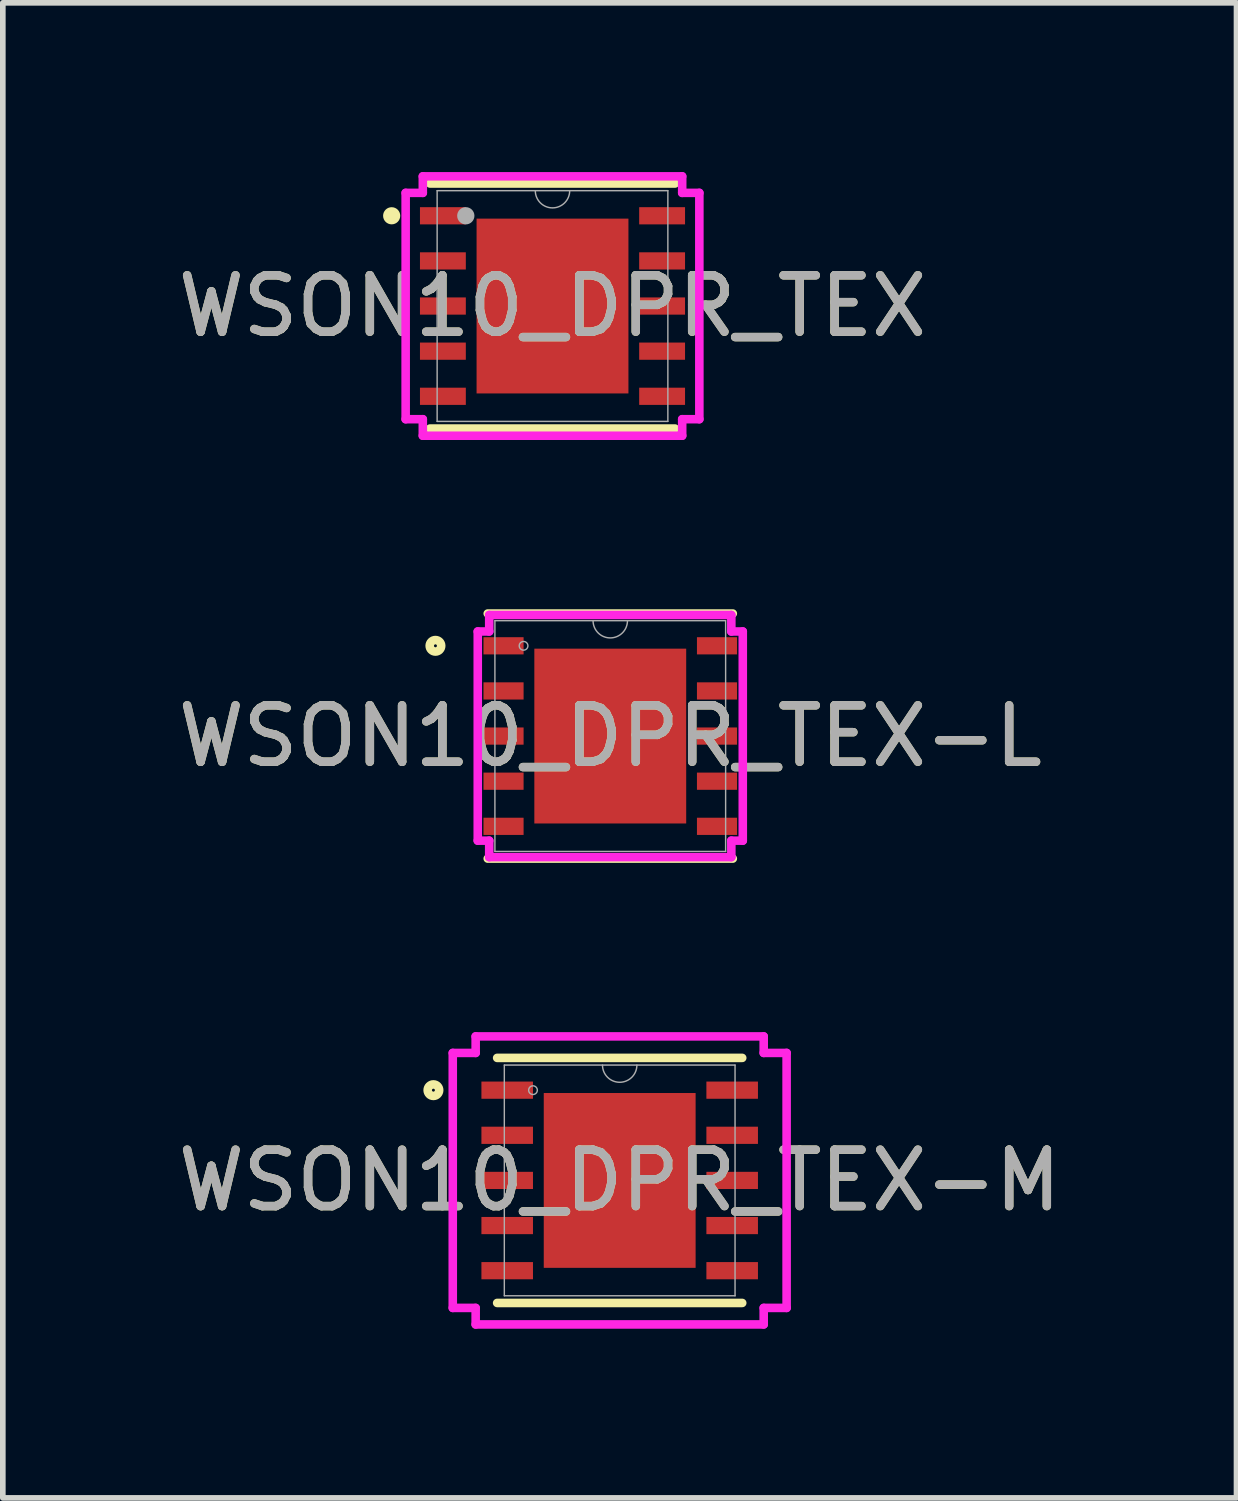
<source format=kicad_pcb>
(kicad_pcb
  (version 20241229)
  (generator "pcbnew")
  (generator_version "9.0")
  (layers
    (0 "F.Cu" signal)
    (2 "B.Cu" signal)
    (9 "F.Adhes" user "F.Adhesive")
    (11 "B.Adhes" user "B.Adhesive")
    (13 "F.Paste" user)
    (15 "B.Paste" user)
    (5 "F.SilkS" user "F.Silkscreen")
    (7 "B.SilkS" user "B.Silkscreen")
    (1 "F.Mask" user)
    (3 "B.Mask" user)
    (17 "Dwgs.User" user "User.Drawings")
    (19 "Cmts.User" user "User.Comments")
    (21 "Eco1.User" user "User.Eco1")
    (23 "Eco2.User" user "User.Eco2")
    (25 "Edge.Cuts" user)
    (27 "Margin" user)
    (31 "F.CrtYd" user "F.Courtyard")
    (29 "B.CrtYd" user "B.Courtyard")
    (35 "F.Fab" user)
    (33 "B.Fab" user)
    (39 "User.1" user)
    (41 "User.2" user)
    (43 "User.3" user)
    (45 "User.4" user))
  (footprint "WSON10_DPR_TEX-L"
    (layer "F.Cu")
    (at 7.768 9.998)
    (property "Reference" "WSON10_DPR_TEX-L" (at 0 0 0) (unlocked yes) (layer "F.SilkS") (effects (font (size 1 1) (thickness 0.15))))
    (attr smd)
    (fp_line (start -2.172 2.172) (end 2.172 2.172) (stroke (width 0.152) (type solid)) (layer "F.SilkS"))
    (fp_line (start 2.172 -2.172) (end -2.172 -2.172) (stroke (width 0.152) (type solid)) (layer "F.SilkS"))
    (fp_circle (center -3.099 -1.6) (end -2.997 -1.6) (stroke (width 0.152) (type solid)) (fill no) (layer "F.SilkS"))
    (fp_poly (pts (xy -1.246 -1.449) (xy -1.246 -0.1) (xy -0.1 -0.1) (xy -0.1 -1.449)) (stroke (width 0) (type solid)) (fill yes) (layer "F.Paste"))
    (fp_poly (pts (xy -1.246 0.1) (xy -1.246 1.449) (xy -0.1 1.449) (xy -0.1 0.1)) (stroke (width 0) (type solid)) (fill yes) (layer "F.Paste"))
    (fp_poly (pts (xy 0.1 -1.449) (xy 0.1 -0.1) (xy 1.246 -0.1) (xy 1.246 -1.449)) (stroke (width 0) (type solid)) (fill yes) (layer "F.Paste"))
    (fp_poly (pts (xy 0.1 0.1) (xy 0.1 1.449) (xy 1.246 1.449) (xy 1.246 0.1)) (stroke (width 0) (type solid)) (fill yes) (layer "F.Paste"))
    (fp_line (start -2.349 -1.854) (end -2.146 -1.854) (stroke (width 0.152) (type solid)) (layer "F.CrtYd"))
    (fp_line (start -2.349 1.854) (end -2.349 -1.854) (stroke (width 0.152) (type solid)) (layer "F.CrtYd"))
    (fp_line (start -2.349 1.854) (end -2.146 1.854) (stroke (width 0.152) (type solid)) (layer "F.CrtYd"))
    (fp_line (start -2.146 -2.146) (end 2.146 -2.146) (stroke (width 0.152) (type solid)) (layer "F.CrtYd"))
    (fp_line (start -2.146 -1.854) (end -2.146 -2.146) (stroke (width 0.152) (type solid)) (layer "F.CrtYd"))
    (fp_line (start -2.146 2.146) (end -2.146 1.854) (stroke (width 0.152) (type solid)) (layer "F.CrtYd"))
    (fp_line (start 2.146 -2.146) (end 2.146 -1.854) (stroke (width 0.152) (type solid)) (layer "F.CrtYd"))
    (fp_line (start 2.146 1.854) (end 2.146 2.146) (stroke (width 0.152) (type solid)) (layer "F.CrtYd"))
    (fp_line (start 2.146 2.146) (end -2.146 2.146) (stroke (width 0.152) (type solid)) (layer "F.CrtYd"))
    (fp_line (start 2.349 -1.854) (end 2.146 -1.854) (stroke (width 0.152) (type solid)) (layer "F.CrtYd"))
    (fp_line (start 2.349 -1.854) (end 2.349 1.854) (stroke (width 0.152) (type solid)) (layer "F.CrtYd"))
    (fp_line (start 2.349 1.854) (end 2.146 1.854) (stroke (width 0.152) (type solid)) (layer "F.CrtYd"))
    (fp_line (start -2.045 -2.045) (end -2.045 2.045) (stroke (width 0.025) (type solid)) (layer "F.Fab"))
    (fp_line (start -2.045 2.045) (end 2.045 2.045) (stroke (width 0.025) (type solid)) (layer "F.Fab"))
    (fp_line (start 2.045 -2.045) (end -2.045 -2.045) (stroke (width 0.025) (type solid)) (layer "F.Fab"))
    (fp_line (start 2.045 2.045) (end 2.045 -2.045) (stroke (width 0.025) (type solid)) (layer "F.Fab"))
    (fp_arc (start 0.3048 -2.0447) (mid 0 -1.7399) (end -0.3048 -2.0447) (stroke (width 0.0254) (type solid)) (layer "F.Fab"))
    (fp_circle (center -1.537 -1.6) (end -1.46 -1.6) (stroke (width 0.025) (type solid)) (fill no) (layer "F.Fab"))
    (fp_text user "${REFERENCE}" (at 0 0 0) (unlocked yes) (layer "F.Fab") (effects (font (size 1 1) (thickness 0.15))))
    (pad "1" smd rect (at -1.892 -1.6) (size 0.711 0.305) (layers "F.Cu" "F.Mask" "F.Paste"))
    (pad "2" smd rect (at -1.892 -0.8) (size 0.711 0.305) (layers "F.Cu" "F.Mask" "F.Paste"))
    (pad "3" smd rect (at -1.892 0) (size 0.711 0.305) (layers "F.Cu" "F.Mask" "F.Paste"))
    (pad "4" smd rect (at -1.892 0.8) (size 0.711 0.305) (layers "F.Cu" "F.Mask" "F.Paste"))
    (pad "5" smd rect (at -1.892 1.6) (size 0.711 0.305) (layers "F.Cu" "F.Mask" "F.Paste"))
    (pad "6" smd rect (at 1.892 1.6) (size 0.711 0.305) (layers "F.Cu" "F.Mask" "F.Paste"))
    (pad "7" smd rect (at 1.892 0.8) (size 0.711 0.305) (layers "F.Cu" "F.Mask" "F.Paste"))
    (pad "8" smd rect (at 1.892 0) (size 0.711 0.305) (layers "F.Cu" "F.Mask" "F.Paste"))
    (pad "9" smd rect (at 1.892 -0.8) (size 0.711 0.305) (layers "F.Cu" "F.Mask" "F.Paste"))
    (pad "10" smd rect (at 1.892 -1.6) (size 0.711 0.305) (layers "F.Cu" "F.Mask" "F.Paste"))
    (pad "11" smd rect (at 0 0) (size 2.692 3.099) (layers "F.Cu" "F.Mask" "F.Paste")))
  (footprint "WSON10_DPR_TEX-M"
    (layer "F.Cu")
    (at 7.935 17.875)
    (property "Reference" "WSON10_DPR_TEX-M" (at 0 0 0) (unlocked yes) (layer "F.SilkS") (effects (font (size 1 1) (thickness 0.15))))
    (attr smd)
    (fp_line (start -2.172 2.172) (end 2.172 2.172) (stroke (width 0.152) (type solid)) (layer "F.SilkS"))
    (fp_line (start 2.172 -2.172) (end -2.172 -2.172) (stroke (width 0.152) (type solid)) (layer "F.SilkS"))
    (fp_circle (center -3.302 -1.6) (end -3.2 -1.6) (stroke (width 0.152) (type solid)) (fill no) (layer "F.SilkS"))
    (fp_poly (pts (xy -1.246 -1.449) (xy -1.246 -0.1) (xy -0.1 -0.1) (xy -0.1 -1.449)) (stroke (width 0) (type solid)) (fill yes) (layer "F.Paste"))
    (fp_poly (pts (xy -1.246 0.1) (xy -1.246 1.449) (xy -0.1 1.449) (xy -0.1 0.1)) (stroke (width 0) (type solid)) (fill yes) (layer "F.Paste"))
    (fp_poly (pts (xy 0.1 -1.449) (xy 0.1 -0.1) (xy 1.246 -0.1) (xy 1.246 -1.449)) (stroke (width 0) (type solid)) (fill yes) (layer "F.Paste"))
    (fp_poly (pts (xy 0.1 0.1) (xy 0.1 1.449) (xy 1.246 1.449) (xy 1.246 0.1)) (stroke (width 0) (type solid)) (fill yes) (layer "F.Paste"))
    (fp_line (start -2.959 -2.26) (end -2.553 -2.26) (stroke (width 0.152) (type solid)) (layer "F.CrtYd"))
    (fp_line (start -2.959 2.26) (end -2.959 -2.26) (stroke (width 0.152) (type solid)) (layer "F.CrtYd"))
    (fp_line (start -2.959 2.26) (end -2.553 2.26) (stroke (width 0.152) (type solid)) (layer "F.CrtYd"))
    (fp_line (start -2.553 -2.553) (end 2.553 -2.553) (stroke (width 0.152) (type solid)) (layer "F.CrtYd"))
    (fp_line (start -2.553 -2.26) (end -2.553 -2.553) (stroke (width 0.152) (type solid)) (layer "F.CrtYd"))
    (fp_line (start -2.553 2.553) (end -2.553 2.26) (stroke (width 0.152) (type solid)) (layer "F.CrtYd"))
    (fp_line (start 2.553 -2.553) (end 2.553 -2.26) (stroke (width 0.152) (type solid)) (layer "F.CrtYd"))
    (fp_line (start 2.553 2.26) (end 2.553 2.553) (stroke (width 0.152) (type solid)) (layer "F.CrtYd"))
    (fp_line (start 2.553 2.553) (end -2.553 2.553) (stroke (width 0.152) (type solid)) (layer "F.CrtYd"))
    (fp_line (start 2.959 -2.26) (end 2.553 -2.26) (stroke (width 0.152) (type solid)) (layer "F.CrtYd"))
    (fp_line (start 2.959 -2.26) (end 2.959 2.26) (stroke (width 0.152) (type solid)) (layer "F.CrtYd"))
    (fp_line (start 2.959 2.26) (end 2.553 2.26) (stroke (width 0.152) (type solid)) (layer "F.CrtYd"))
    (fp_line (start -2.045 -2.045) (end -2.045 2.045) (stroke (width 0.025) (type solid)) (layer "F.Fab"))
    (fp_line (start -2.045 2.045) (end 2.045 2.045) (stroke (width 0.025) (type solid)) (layer "F.Fab"))
    (fp_line (start 2.045 -2.045) (end -2.045 -2.045) (stroke (width 0.025) (type solid)) (layer "F.Fab"))
    (fp_line (start 2.045 2.045) (end 2.045 -2.045) (stroke (width 0.025) (type solid)) (layer "F.Fab"))
    (fp_arc (start 0.3048 -2.0447) (mid 0 -1.7399) (end -0.3048 -2.0447) (stroke (width 0.0254) (type solid)) (layer "F.Fab"))
    (fp_circle (center -1.537 -1.6) (end -1.46 -1.6) (stroke (width 0.025) (type solid)) (fill no) (layer "F.Fab"))
    (fp_text user "${REFERENCE}" (at 0 0 0) (unlocked yes) (layer "F.Fab") (effects (font (size 1 1) (thickness 0.15))))
    (pad "1" smd rect (at -1.994 -1.6) (size 0.914 0.305) (layers "F.Cu" "F.Mask" "F.Paste"))
    (pad "2" smd rect (at -1.994 -0.8) (size 0.914 0.305) (layers "F.Cu" "F.Mask" "F.Paste"))
    (pad "3" smd rect (at -1.994 0) (size 0.914 0.305) (layers "F.Cu" "F.Mask" "F.Paste"))
    (pad "4" smd rect (at -1.994 0.8) (size 0.914 0.305) (layers "F.Cu" "F.Mask" "F.Paste"))
    (pad "5" smd rect (at -1.994 1.6) (size 0.914 0.305) (layers "F.Cu" "F.Mask" "F.Paste"))
    (pad "6" smd rect (at 1.994 1.6) (size 0.914 0.305) (layers "F.Cu" "F.Mask" "F.Paste"))
    (pad "7" smd rect (at 1.994 0.8) (size 0.914 0.305) (layers "F.Cu" "F.Mask" "F.Paste"))
    (pad "8" smd rect (at 1.994 0) (size 0.914 0.305) (layers "F.Cu" "F.Mask" "F.Paste"))
    (pad "9" smd rect (at 1.994 -0.8) (size 0.914 0.305) (layers "F.Cu" "F.Mask" "F.Paste"))
    (pad "10" smd rect (at 1.994 -1.6) (size 0.914 0.305) (layers "F.Cu" "F.Mask" "F.Paste"))
    (pad "11" smd rect (at 0 0) (size 2.692 3.099) (layers "F.Cu" "F.Mask" "F.Paste")))
  (footprint "WSON10_DPR_TEX"
    (layer "F.Cu")
    (at 6.744 2.375)
    (property "Reference" "WSON10_DPR_TEX" (at 0 0 0) (unlocked yes) (layer "F.SilkS") (effects (font (size 1 1) (thickness 0.15))))
    (attr smd)
    (fp_line (start -2.172 2.172) (end 2.172 2.172) (stroke (width 0.152) (type solid)) (layer "F.SilkS"))
    (fp_line (start 2.172 -2.172) (end -2.172 -2.172) (stroke (width 0.152) (type solid)) (layer "F.SilkS"))
    (fp_circle (center -2.851 -1.6) (end -2.775 -1.6) (stroke (width 0.152) (type solid)) (fill no) (layer "F.SilkS"))
    (fp_poly (pts (xy -1.246 -1.449) (xy -1.246 -0.1) (xy -0.1 -0.1) (xy -0.1 -1.449)) (stroke (width 0) (type solid)) (fill yes) (layer "F.Paste"))
    (fp_poly (pts (xy -1.246 0.1) (xy -1.246 1.449) (xy -0.1 1.449) (xy -0.1 0.1)) (stroke (width 0) (type solid)) (fill yes) (layer "F.Paste"))
    (fp_poly (pts (xy 0.1 -1.449) (xy 0.1 -0.1) (xy 1.246 -0.1) (xy 1.246 -1.449)) (stroke (width 0) (type solid)) (fill yes) (layer "F.Paste"))
    (fp_poly (pts (xy 0.1 0.1) (xy 0.1 1.449) (xy 1.246 1.449) (xy 1.246 0.1)) (stroke (width 0) (type solid)) (fill yes) (layer "F.Paste"))
    (fp_line (start -2.603 -2.006) (end -2.299 -2.006) (stroke (width 0.152) (type solid)) (layer "F.CrtYd"))
    (fp_line (start -2.603 2.006) (end -2.603 -2.006) (stroke (width 0.152) (type solid)) (layer "F.CrtYd"))
    (fp_line (start -2.603 2.006) (end -2.299 2.006) (stroke (width 0.152) (type solid)) (layer "F.CrtYd"))
    (fp_line (start -2.299 -2.299) (end 2.299 -2.299) (stroke (width 0.152) (type solid)) (layer "F.CrtYd"))
    (fp_line (start -2.299 -2.006) (end -2.299 -2.299) (stroke (width 0.152) (type solid)) (layer "F.CrtYd"))
    (fp_line (start -2.299 2.299) (end -2.299 2.006) (stroke (width 0.152) (type solid)) (layer "F.CrtYd"))
    (fp_line (start 2.299 -2.299) (end 2.299 -2.006) (stroke (width 0.152) (type solid)) (layer "F.CrtYd"))
    (fp_line (start 2.299 2.006) (end 2.299 2.299) (stroke (width 0.152) (type solid)) (layer "F.CrtYd"))
    (fp_line (start 2.299 2.299) (end -2.299 2.299) (stroke (width 0.152) (type solid)) (layer "F.CrtYd"))
    (fp_line (start 2.603 -2.006) (end 2.299 -2.006) (stroke (width 0.152) (type solid)) (layer "F.CrtYd"))
    (fp_line (start 2.603 -2.006) (end 2.603 2.006) (stroke (width 0.152) (type solid)) (layer "F.CrtYd"))
    (fp_line (start 2.603 2.006) (end 2.299 2.006) (stroke (width 0.152) (type solid)) (layer "F.CrtYd"))
    (fp_line (start -2.045 -2.045) (end -2.045 2.045) (stroke (width 0.025) (type solid)) (layer "F.Fab"))
    (fp_line (start -2.045 2.045) (end 2.045 2.045) (stroke (width 0.025) (type solid)) (layer "F.Fab"))
    (fp_line (start 2.045 -2.045) (end -2.045 -2.045) (stroke (width 0.025) (type solid)) (layer "F.Fab"))
    (fp_line (start 2.045 2.045) (end 2.045 -2.045) (stroke (width 0.025) (type solid)) (layer "F.Fab"))
    (fp_arc (start 0.3048 -2.0447) (mid 0 -1.7399) (end -0.3048 -2.0447) (stroke (width 0.0254) (type solid)) (layer "F.Fab"))
    (fp_circle (center -1.537 -1.6) (end -1.46 -1.6) (stroke (width 0.152) (type solid)) (fill no) (layer "F.Fab"))
    (fp_text user "${REFERENCE}" (at 0 0 0) (unlocked yes) (layer "F.Fab") (effects (font (size 1 1) (thickness 0.15))))
    (pad "1" smd rect (at -1.943 -1.6) (size 0.813 0.305) (layers "F.Cu" "F.Mask" "F.Paste"))
    (pad "2" smd rect (at -1.943 -0.8) (size 0.813 0.305) (layers "F.Cu" "F.Mask" "F.Paste"))
    (pad "3" smd rect (at -1.943 0) (size 0.813 0.305) (layers "F.Cu" "F.Mask" "F.Paste"))
    (pad "4" smd rect (at -1.943 0.8) (size 0.813 0.305) (layers "F.Cu" "F.Mask" "F.Paste"))
    (pad "5" smd rect (at -1.943 1.6) (size 0.813 0.305) (layers "F.Cu" "F.Mask" "F.Paste"))
    (pad "6" smd rect (at 1.943 1.6) (size 0.813 0.305) (layers "F.Cu" "F.Mask" "F.Paste"))
    (pad "7" smd rect (at 1.943 0.8) (size 0.813 0.305) (layers "F.Cu" "F.Mask" "F.Paste"))
    (pad "8" smd rect (at 1.943 0) (size 0.813 0.305) (layers "F.Cu" "F.Mask" "F.Paste"))
    (pad "9" smd rect (at 1.943 -0.8) (size 0.813 0.305) (layers "F.Cu" "F.Mask" "F.Paste"))
    (pad "10" smd rect (at 1.943 -1.6) (size 0.813 0.305) (layers "F.Cu" "F.Mask" "F.Paste"))
    (pad "11" smd rect (at 0 0) (size 2.692 3.099) (layers "F.Cu" "F.Mask" "F.Paste")))
  (gr_rect
    (start -3 -3)
    (end 18.869 23.503)
    (stroke (width 0.1) (type default))
    (fill no)
    (layer "Edge.Cuts")))
</source>
